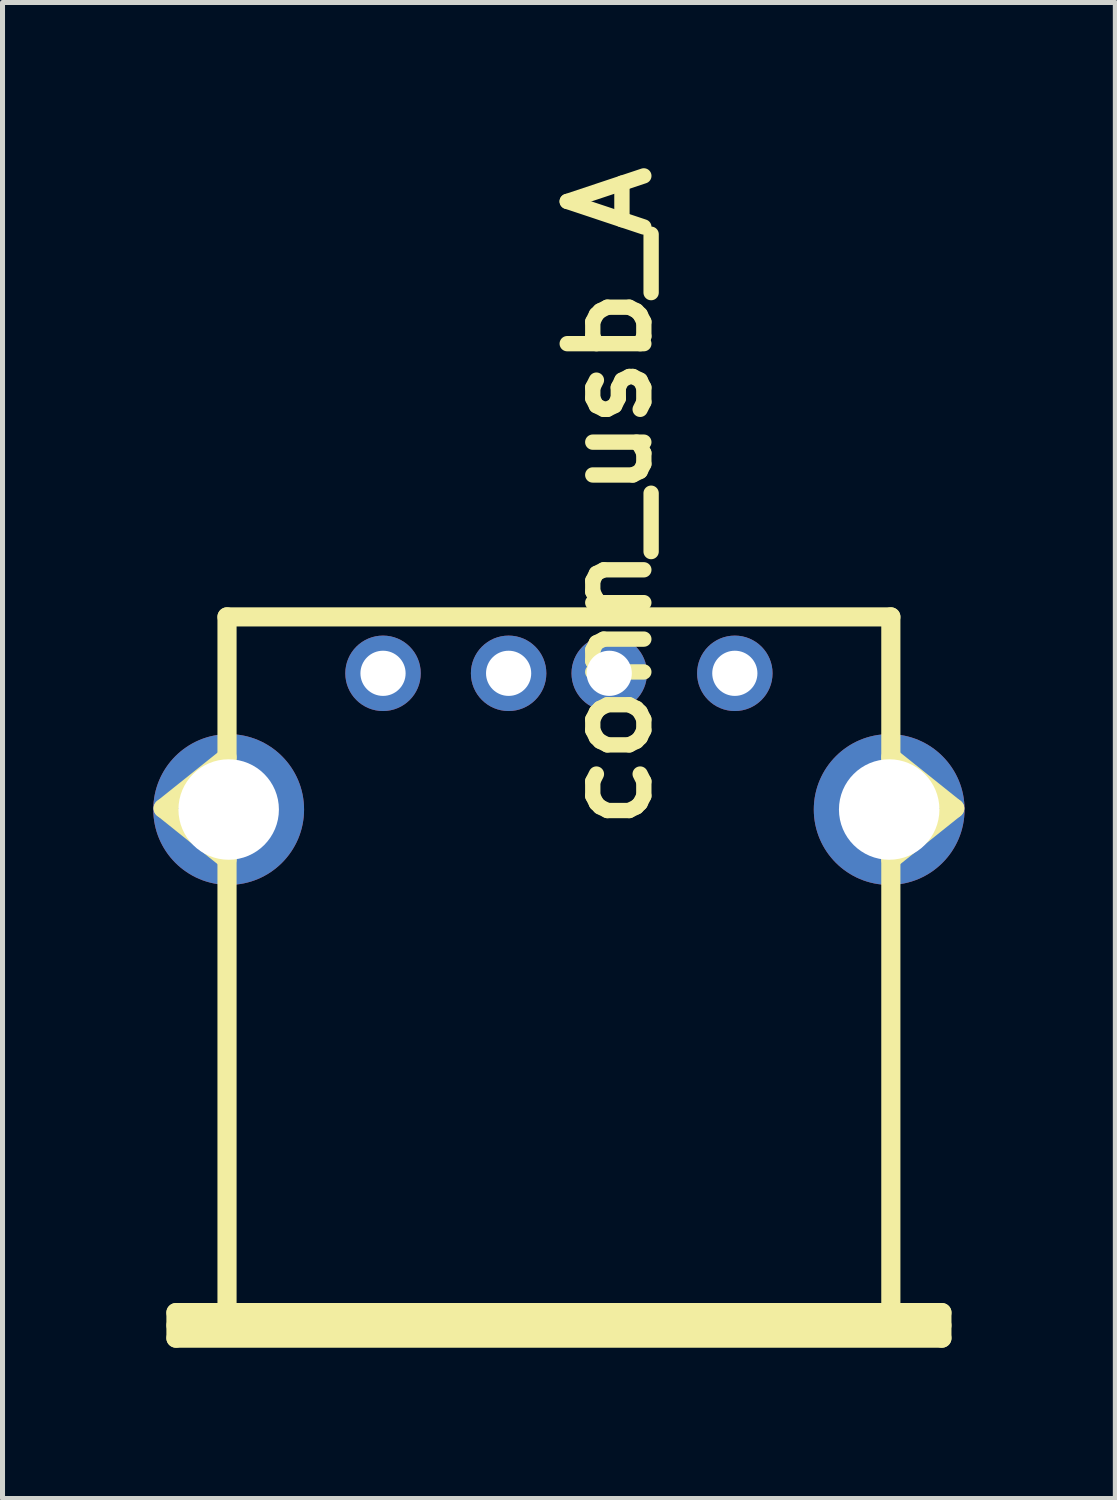
<source format=kicad_pcb>
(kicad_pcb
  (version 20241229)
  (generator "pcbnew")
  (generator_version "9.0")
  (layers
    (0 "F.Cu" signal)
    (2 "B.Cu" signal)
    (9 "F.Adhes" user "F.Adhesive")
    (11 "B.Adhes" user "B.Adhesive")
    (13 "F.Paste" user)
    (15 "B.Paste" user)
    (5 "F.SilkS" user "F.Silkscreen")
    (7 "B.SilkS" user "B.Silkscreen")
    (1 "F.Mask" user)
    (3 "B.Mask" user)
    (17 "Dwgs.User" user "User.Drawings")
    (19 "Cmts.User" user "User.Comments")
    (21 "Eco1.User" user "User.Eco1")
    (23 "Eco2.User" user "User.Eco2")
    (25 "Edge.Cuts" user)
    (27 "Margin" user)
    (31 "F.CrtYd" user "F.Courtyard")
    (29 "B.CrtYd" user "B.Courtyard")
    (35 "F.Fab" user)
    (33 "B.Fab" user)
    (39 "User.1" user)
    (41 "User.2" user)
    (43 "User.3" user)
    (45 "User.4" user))
  (footprint "conn_usb_A"
    (layer "F.Cu")
    (at 8.071 16.336)
    (property "Reference" "conn_usb_A" (at 1 -9.5 90) (layer "F.SilkS") (effects (font (size 1.524 1.524) (thickness 0.305))))
    (attr through_hole)
    (fp_line (start -7.874 -3.302) (end -6.604 -2.286) (stroke (width 0.381) (type solid)) (layer "F.SilkS"))
    (fp_line (start -7.62 6.731) (end -7.62 7.239) (stroke (width 0.381) (type solid)) (layer "F.SilkS"))
    (fp_line (start -7.62 6.731) (end 7.62 6.731) (stroke (width 0.381) (type solid)) (layer "F.SilkS"))
    (fp_line (start -7.62 6.985) (end 7.62 6.985) (stroke (width 0.381) (type solid)) (layer "F.SilkS"))
    (fp_line (start -6.604 -7.112) (end -6.604 7.112) (stroke (width 0.381) (type solid)) (layer "F.SilkS"))
    (fp_line (start -6.604 -4.318) (end -7.874 -3.302) (stroke (width 0.381) (type solid)) (layer "F.SilkS"))
    (fp_line (start 6.604 -7.112) (end -6.604 -7.112) (stroke (width 0.381) (type solid)) (layer "F.SilkS"))
    (fp_line (start 6.604 -4.318) (end 7.874 -3.302) (stroke (width 0.381) (type solid)) (layer "F.SilkS"))
    (fp_line (start 6.604 7.112) (end 6.604 -7.112) (stroke (width 0.381) (type solid)) (layer "F.SilkS"))
    (fp_line (start 7.62 6.731) (end 7.62 7.239) (stroke (width 0.381) (type solid)) (layer "F.SilkS"))
    (fp_line (start 7.62 7.239) (end -7.62 7.239) (stroke (width 0.381) (type solid)) (layer "F.SilkS"))
    (fp_line (start 7.874 -3.302) (end 6.604 -2.286) (stroke (width 0.381) (type solid)) (layer "F.SilkS"))
    (pad "1" thru_hole circle (at -3.5 -5.989) (size 1.501 1.501) (drill 0.899) (layers "*.Cu" "*.Mask"))
    (pad "2" thru_hole circle (at -1.001 -5.989) (size 1.501 1.501) (drill 0.899) (layers "*.Cu" "*.Mask"))
    (pad "3" thru_hole circle (at 1.001 -5.989) (size 1.501 1.501) (drill 0.899) (layers "*.Cu" "*.Mask"))
    (pad "4" thru_hole circle (at 3.5 -5.989) (size 1.501 1.501) (drill 0.899) (layers "*.Cu" "*.Mask"))
    (pad "5" thru_hole circle (at -6.571 -3.279) (size 3 3) (drill 1.999) (layers "*.Cu" "*.Mask"))
    (pad "5" thru_hole circle (at 6.571 -3.279) (size 3 3) (drill 1.999) (layers "*.Cu" "*.Mask")))
  (gr_rect
    (start -3 -3)
    (end 19.142 26.766)
    (stroke (width 0.1) (type default))
    (fill no)
    (layer "Edge.Cuts")))
</source>
